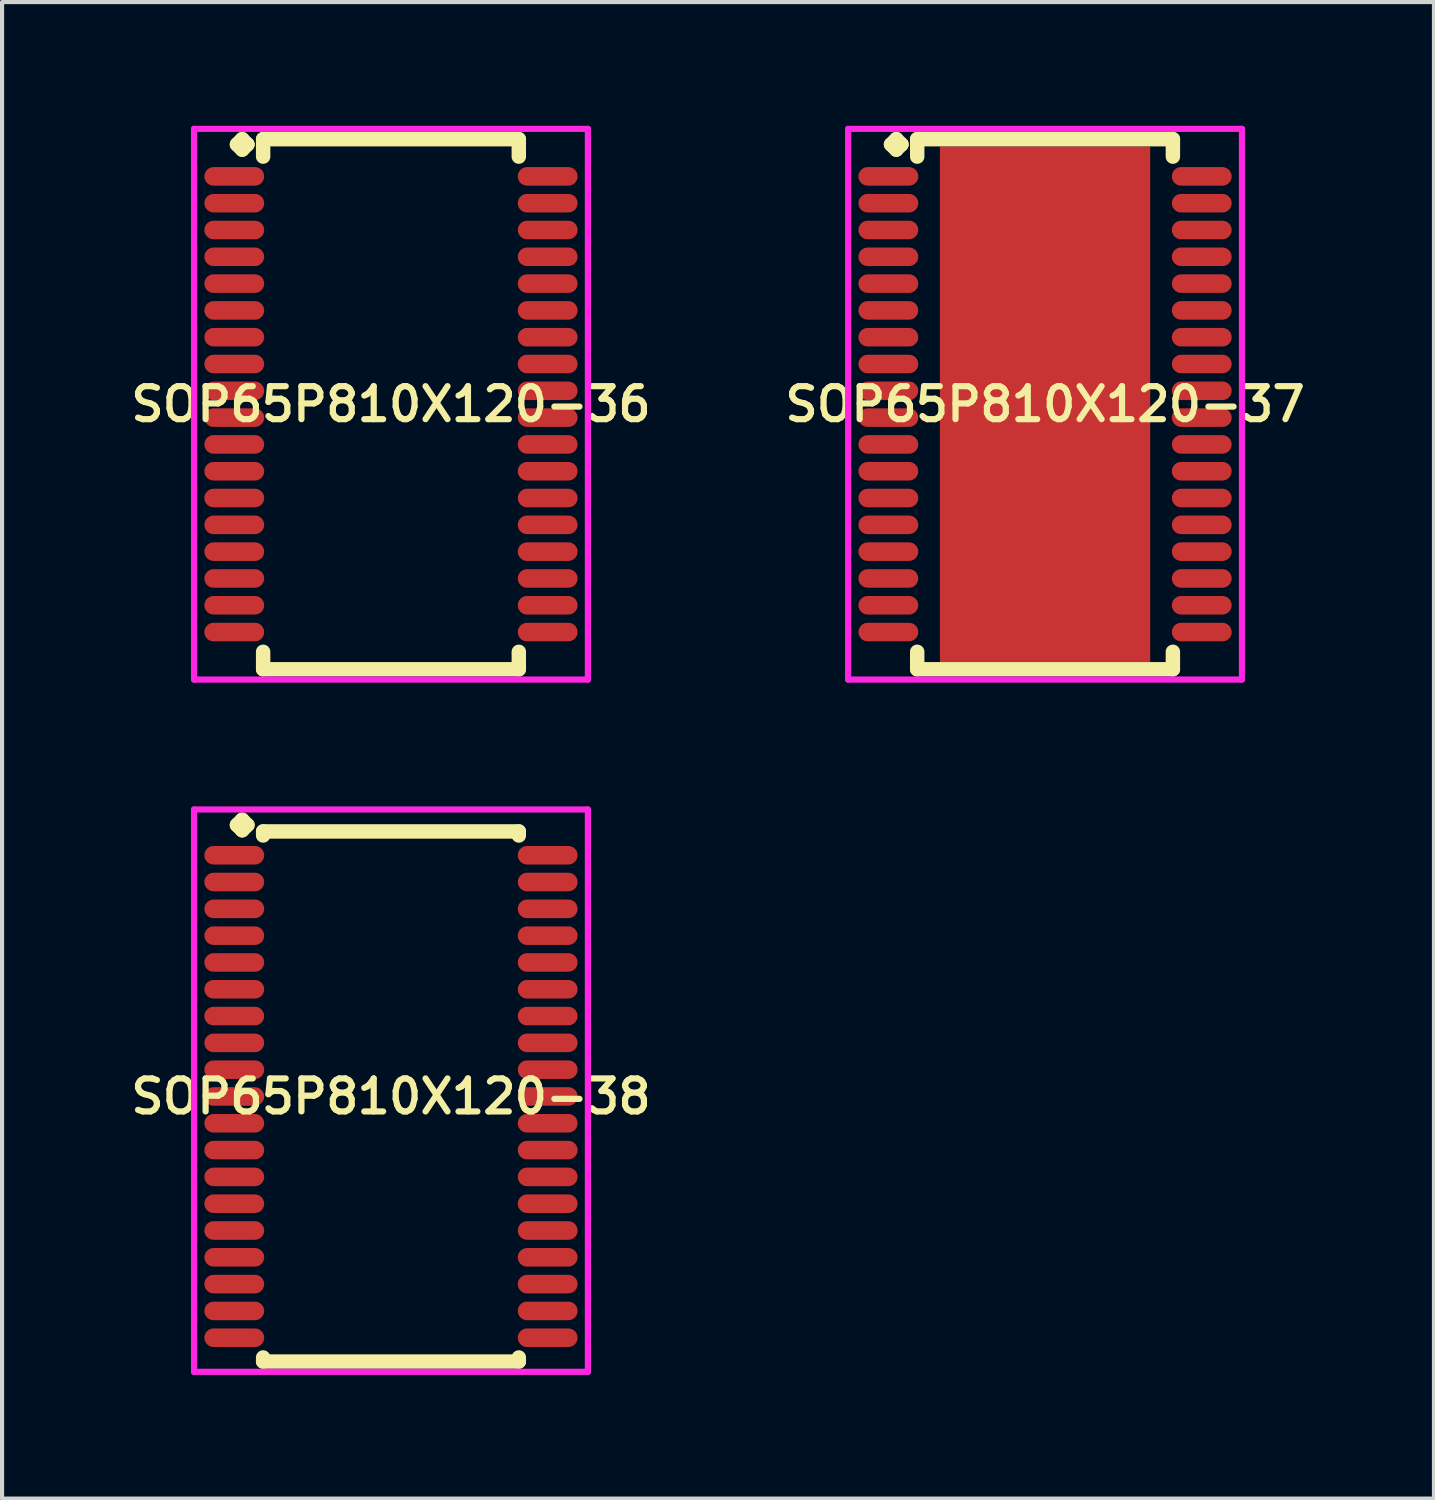
<source format=kicad_pcb>
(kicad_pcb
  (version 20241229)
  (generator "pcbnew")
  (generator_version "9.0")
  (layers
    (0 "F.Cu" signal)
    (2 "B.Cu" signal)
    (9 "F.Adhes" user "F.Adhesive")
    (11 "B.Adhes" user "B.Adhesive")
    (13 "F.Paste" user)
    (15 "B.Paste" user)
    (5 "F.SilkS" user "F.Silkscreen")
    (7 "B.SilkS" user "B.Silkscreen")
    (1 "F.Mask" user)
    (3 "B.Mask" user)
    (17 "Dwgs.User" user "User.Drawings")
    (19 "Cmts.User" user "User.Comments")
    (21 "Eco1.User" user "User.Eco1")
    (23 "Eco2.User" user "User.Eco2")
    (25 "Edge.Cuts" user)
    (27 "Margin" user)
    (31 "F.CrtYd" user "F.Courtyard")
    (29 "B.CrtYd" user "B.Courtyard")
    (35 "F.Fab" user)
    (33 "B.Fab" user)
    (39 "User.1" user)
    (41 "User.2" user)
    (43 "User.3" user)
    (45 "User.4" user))
  (footprint "SOP65P810X120-38"
    (layer "F.Cu")
    (at 6.431 23.539)
    (property "Reference" "SOP65P810X120-38" (at 0 0 0) (layer "F.SilkS") (effects (font (size 0.8 0.8) (thickness 0.15))))
    (attr smd)
    (fp_line (start -3.735 -6.583) (end -3.608 -6.71) (stroke (width 0.35) (type solid)) (layer "F.SilkS"))
    (fp_line (start -3.608 -6.71) (end -3.481 -6.583) (stroke (width 0.35) (type solid)) (layer "F.SilkS"))
    (fp_line (start -3.608 -6.456) (end -3.735 -6.583) (stroke (width 0.35) (type solid)) (layer "F.SilkS"))
    (fp_line (start -3.481 -6.583) (end -3.608 -6.456) (stroke (width 0.35) (type solid)) (layer "F.SilkS"))
    (fp_line (start -3.1 -6.427) (end 3.1 -6.427) (stroke (width 0.35) (type solid)) (layer "F.SilkS"))
    (fp_line (start -3.1 -6.329) (end -3.1 -6.427) (stroke (width 0.35) (type solid)) (layer "F.SilkS"))
    (fp_line (start -3.1 6.329) (end -3.1 6.427) (stroke (width 0.35) (type solid)) (layer "F.SilkS"))
    (fp_line (start -3.1 6.427) (end 3.1 6.427) (stroke (width 0.35) (type solid)) (layer "F.SilkS"))
    (fp_line (start 3.1 -6.427) (end 3.1 -6.329) (stroke (width 0.35) (type solid)) (layer "F.SilkS"))
    (fp_line (start 3.1 6.427) (end 3.1 6.329) (stroke (width 0.35) (type solid)) (layer "F.SilkS"))
    (fp_line (start -4.775 -6.96) (end 4.775 -6.96) (stroke (width 0.15) (type solid)) (layer "F.CrtYd"))
    (fp_line (start -4.775 6.677) (end -4.775 -6.96) (stroke (width 0.15) (type solid)) (layer "F.CrtYd"))
    (fp_line (start 4.775 -6.96) (end 4.775 6.677) (stroke (width 0.15) (type solid)) (layer "F.CrtYd"))
    (fp_line (start 4.775 6.677) (end -4.775 6.677) (stroke (width 0.15) (type solid)) (layer "F.CrtYd"))
    (pad "1" smd oval (at -3.8 -5.85) (size 1.45 0.45) (layers "F.Cu" "F.Mask" "F.Paste"))
    (pad "2" smd oval (at -3.8 -5.2) (size 1.45 0.45) (layers "F.Cu" "F.Mask" "F.Paste"))
    (pad "3" smd oval (at -3.8 -4.55) (size 1.45 0.45) (layers "F.Cu" "F.Mask" "F.Paste"))
    (pad "4" smd oval (at -3.8 -3.9) (size 1.45 0.45) (layers "F.Cu" "F.Mask" "F.Paste"))
    (pad "5" smd oval (at -3.8 -3.25) (size 1.45 0.45) (layers "F.Cu" "F.Mask" "F.Paste"))
    (pad "6" smd oval (at -3.8 -2.6) (size 1.45 0.45) (layers "F.Cu" "F.Mask" "F.Paste"))
    (pad "7" smd oval (at -3.8 -1.95) (size 1.45 0.45) (layers "F.Cu" "F.Mask" "F.Paste"))
    (pad "8" smd oval (at -3.8 -1.3) (size 1.45 0.45) (layers "F.Cu" "F.Mask" "F.Paste"))
    (pad "9" smd oval (at -3.8 -0.65) (size 1.45 0.45) (layers "F.Cu" "F.Mask" "F.Paste"))
    (pad "10" smd oval (at -3.8 0) (size 1.45 0.45) (layers "F.Cu" "F.Mask" "F.Paste"))
    (pad "11" smd oval (at -3.8 0.65) (size 1.45 0.45) (layers "F.Cu" "F.Mask" "F.Paste"))
    (pad "12" smd oval (at -3.8 1.3) (size 1.45 0.45) (layers "F.Cu" "F.Mask" "F.Paste"))
    (pad "13" smd oval (at -3.8 1.95) (size 1.45 0.45) (layers "F.Cu" "F.Mask" "F.Paste"))
    (pad "14" smd oval (at -3.8 2.6) (size 1.45 0.45) (layers "F.Cu" "F.Mask" "F.Paste"))
    (pad "15" smd oval (at -3.8 3.25) (size 1.45 0.45) (layers "F.Cu" "F.Mask" "F.Paste"))
    (pad "16" smd oval (at -3.8 3.9) (size 1.45 0.45) (layers "F.Cu" "F.Mask" "F.Paste"))
    (pad "17" smd oval (at -3.8 4.55) (size 1.45 0.45) (layers "F.Cu" "F.Mask" "F.Paste"))
    (pad "18" smd oval (at -3.8 5.2) (size 1.45 0.45) (layers "F.Cu" "F.Mask" "F.Paste"))
    (pad "19" smd oval (at -3.8 5.85) (size 1.45 0.45) (layers "F.Cu" "F.Mask" "F.Paste"))
    (pad "20" smd oval (at 3.8 5.85) (size 1.45 0.45) (layers "F.Cu" "F.Mask" "F.Paste"))
    (pad "21" smd oval (at 3.8 5.2) (size 1.45 0.45) (layers "F.Cu" "F.Mask" "F.Paste"))
    (pad "22" smd oval (at 3.8 4.55) (size 1.45 0.45) (layers "F.Cu" "F.Mask" "F.Paste"))
    (pad "23" smd oval (at 3.8 3.9) (size 1.45 0.45) (layers "F.Cu" "F.Mask" "F.Paste"))
    (pad "24" smd oval (at 3.8 3.25) (size 1.45 0.45) (layers "F.Cu" "F.Mask" "F.Paste"))
    (pad "25" smd oval (at 3.8 2.6) (size 1.45 0.45) (layers "F.Cu" "F.Mask" "F.Paste"))
    (pad "26" smd oval (at 3.8 1.95) (size 1.45 0.45) (layers "F.Cu" "F.Mask" "F.Paste"))
    (pad "27" smd oval (at 3.8 1.3) (size 1.45 0.45) (layers "F.Cu" "F.Mask" "F.Paste"))
    (pad "28" smd oval (at 3.8 0.65) (size 1.45 0.45) (layers "F.Cu" "F.Mask" "F.Paste"))
    (pad "29" smd oval (at 3.8 0) (size 1.45 0.45) (layers "F.Cu" "F.Mask" "F.Paste"))
    (pad "30" smd oval (at 3.8 -0.65) (size 1.45 0.45) (layers "F.Cu" "F.Mask" "F.Paste"))
    (pad "31" smd oval (at 3.8 -1.3) (size 1.45 0.45) (layers "F.Cu" "F.Mask" "F.Paste"))
    (pad "32" smd oval (at 3.8 -1.95) (size 1.45 0.45) (layers "F.Cu" "F.Mask" "F.Paste"))
    (pad "33" smd oval (at 3.8 -2.6) (size 1.45 0.45) (layers "F.Cu" "F.Mask" "F.Paste"))
    (pad "34" smd oval (at 3.8 -3.25) (size 1.45 0.45) (layers "F.Cu" "F.Mask" "F.Paste"))
    (pad "35" smd oval (at 3.8 -3.9) (size 1.45 0.45) (layers "F.Cu" "F.Mask" "F.Paste"))
    (pad "36" smd oval (at 3.8 -4.55) (size 1.45 0.45) (layers "F.Cu" "F.Mask" "F.Paste"))
    (pad "37" smd oval (at 3.8 -5.2) (size 1.45 0.45) (layers "F.Cu" "F.Mask" "F.Paste"))
    (pad "38" smd oval (at 3.8 -5.85) (size 1.45 0.45) (layers "F.Cu" "F.Mask" "F.Paste")))
  (footprint "SOP65P810X120-37"
    (layer "F.Cu")
    (at 22.292 6.752)
    (property "Reference" "SOP65P810X120-37" (at 0 0 0) (layer "F.SilkS") (effects (font (size 0.8 0.8) (thickness 0.15))))
    (attr smd)
    (fp_line (start -3.735 -6.3) (end -3.608 -6.427) (stroke (width 0.35) (type solid)) (layer "F.SilkS"))
    (fp_line (start -3.608 -6.427) (end -3.481 -6.3) (stroke (width 0.35) (type solid)) (layer "F.SilkS"))
    (fp_line (start -3.608 -6.173) (end -3.735 -6.3) (stroke (width 0.35) (type solid)) (layer "F.SilkS"))
    (fp_line (start -3.481 -6.3) (end -3.608 -6.173) (stroke (width 0.35) (type solid)) (layer "F.SilkS"))
    (fp_line (start -3.1 -6.427) (end 3.1 -6.427) (stroke (width 0.35) (type solid)) (layer "F.SilkS"))
    (fp_line (start -3.1 -6.004) (end -3.1 -6.427) (stroke (width 0.35) (type solid)) (layer "F.SilkS"))
    (fp_line (start -3.1 6.004) (end -3.1 6.427) (stroke (width 0.35) (type solid)) (layer "F.SilkS"))
    (fp_line (start -3.1 6.427) (end 3.1 6.427) (stroke (width 0.35) (type solid)) (layer "F.SilkS"))
    (fp_line (start 3.1 -6.427) (end 3.1 -6.004) (stroke (width 0.35) (type solid)) (layer "F.SilkS"))
    (fp_line (start 3.1 6.427) (end 3.1 6.004) (stroke (width 0.35) (type solid)) (layer "F.SilkS"))
    (fp_line (start -4.775 -6.677) (end 4.775 -6.677) (stroke (width 0.15) (type solid)) (layer "F.CrtYd"))
    (fp_line (start -4.775 6.677) (end -4.775 -6.677) (stroke (width 0.15) (type solid)) (layer "F.CrtYd"))
    (fp_line (start 4.775 -6.677) (end 4.775 6.677) (stroke (width 0.15) (type solid)) (layer "F.CrtYd"))
    (fp_line (start 4.775 6.677) (end -4.775 6.677) (stroke (width 0.15) (type solid)) (layer "F.CrtYd"))
    (pad "1" smd oval (at -3.8 -5.525) (size 1.45 0.45) (layers "F.Cu" "F.Mask" "F.Paste"))
    (pad "2" smd oval (at -3.8 -4.875) (size 1.45 0.45) (layers "F.Cu" "F.Mask" "F.Paste"))
    (pad "3" smd oval (at -3.8 -4.225) (size 1.45 0.45) (layers "F.Cu" "F.Mask" "F.Paste"))
    (pad "4" smd oval (at -3.8 -3.575) (size 1.45 0.45) (layers "F.Cu" "F.Mask" "F.Paste"))
    (pad "5" smd oval (at -3.8 -2.925) (size 1.45 0.45) (layers "F.Cu" "F.Mask" "F.Paste"))
    (pad "6" smd oval (at -3.8 -2.275) (size 1.45 0.45) (layers "F.Cu" "F.Mask" "F.Paste"))
    (pad "7" smd oval (at -3.8 -1.625) (size 1.45 0.45) (layers "F.Cu" "F.Mask" "F.Paste"))
    (pad "8" smd oval (at -3.8 -0.975) (size 1.45 0.45) (layers "F.Cu" "F.Mask" "F.Paste"))
    (pad "9" smd oval (at -3.8 -0.325) (size 1.45 0.45) (layers "F.Cu" "F.Mask" "F.Paste"))
    (pad "10" smd oval (at -3.8 0.325) (size 1.45 0.45) (layers "F.Cu" "F.Mask" "F.Paste"))
    (pad "11" smd oval (at -3.8 0.975) (size 1.45 0.45) (layers "F.Cu" "F.Mask" "F.Paste"))
    (pad "12" smd oval (at -3.8 1.625) (size 1.45 0.45) (layers "F.Cu" "F.Mask" "F.Paste"))
    (pad "13" smd oval (at -3.8 2.275) (size 1.45 0.45) (layers "F.Cu" "F.Mask" "F.Paste"))
    (pad "14" smd oval (at -3.8 2.925) (size 1.45 0.45) (layers "F.Cu" "F.Mask" "F.Paste"))
    (pad "15" smd oval (at -3.8 3.575) (size 1.45 0.45) (layers "F.Cu" "F.Mask" "F.Paste"))
    (pad "16" smd oval (at -3.8 4.225) (size 1.45 0.45) (layers "F.Cu" "F.Mask" "F.Paste"))
    (pad "17" smd oval (at -3.8 4.875) (size 1.45 0.45) (layers "F.Cu" "F.Mask" "F.Paste"))
    (pad "18" smd oval (at -3.8 5.525) (size 1.45 0.45) (layers "F.Cu" "F.Mask" "F.Paste"))
    (pad "19" smd oval (at 3.8 5.525) (size 1.45 0.45) (layers "F.Cu" "F.Mask" "F.Paste"))
    (pad "20" smd oval (at 3.8 4.875) (size 1.45 0.45) (layers "F.Cu" "F.Mask" "F.Paste"))
    (pad "21" smd oval (at 3.8 4.225) (size 1.45 0.45) (layers "F.Cu" "F.Mask" "F.Paste"))
    (pad "22" smd oval (at 3.8 3.575) (size 1.45 0.45) (layers "F.Cu" "F.Mask" "F.Paste"))
    (pad "23" smd oval (at 3.8 2.925) (size 1.45 0.45) (layers "F.Cu" "F.Mask" "F.Paste"))
    (pad "24" smd oval (at 3.8 2.275) (size 1.45 0.45) (layers "F.Cu" "F.Mask" "F.Paste"))
    (pad "25" smd oval (at 3.8 1.625) (size 1.45 0.45) (layers "F.Cu" "F.Mask" "F.Paste"))
    (pad "26" smd oval (at 3.8 0.975) (size 1.45 0.45) (layers "F.Cu" "F.Mask" "F.Paste"))
    (pad "27" smd oval (at 3.8 0.325) (size 1.45 0.45) (layers "F.Cu" "F.Mask" "F.Paste"))
    (pad "28" smd oval (at 3.8 -0.325) (size 1.45 0.45) (layers "F.Cu" "F.Mask" "F.Paste"))
    (pad "29" smd oval (at 3.8 -0.975) (size 1.45 0.45) (layers "F.Cu" "F.Mask" "F.Paste"))
    (pad "30" smd oval (at 3.8 -1.625) (size 1.45 0.45) (layers "F.Cu" "F.Mask" "F.Paste"))
    (pad "31" smd oval (at 3.8 -2.275) (size 1.45 0.45) (layers "F.Cu" "F.Mask" "F.Paste"))
    (pad "32" smd oval (at 3.8 -2.925) (size 1.45 0.45) (layers "F.Cu" "F.Mask" "F.Paste"))
    (pad "33" smd oval (at 3.8 -3.575) (size 1.45 0.45) (layers "F.Cu" "F.Mask" "F.Paste"))
    (pad "34" smd oval (at 3.8 -4.225) (size 1.45 0.45) (layers "F.Cu" "F.Mask" "F.Paste"))
    (pad "35" smd oval (at 3.8 -4.875) (size 1.45 0.45) (layers "F.Cu" "F.Mask" "F.Paste"))
    (pad "36" smd oval (at 3.8 -5.525) (size 1.45 0.45) (layers "F.Cu" "F.Mask" "F.Paste"))
    (pad "37" smd rect (at 0 0) (size 5.1 12.5) (layers "F.Cu" "F.Mask" "F.Paste")))
  (footprint "SOP65P810X120-36"
    (layer "F.Cu")
    (at 6.431 6.752)
    (property "Reference" "SOP65P810X120-36" (at 0 0 0) (layer "F.SilkS") (effects (font (size 0.8 0.8) (thickness 0.15))))
    (attr smd)
    (fp_line (start -3.735 -6.3) (end -3.608 -6.427) (stroke (width 0.35) (type solid)) (layer "F.SilkS"))
    (fp_line (start -3.608 -6.427) (end -3.481 -6.3) (stroke (width 0.35) (type solid)) (layer "F.SilkS"))
    (fp_line (start -3.608 -6.173) (end -3.735 -6.3) (stroke (width 0.35) (type solid)) (layer "F.SilkS"))
    (fp_line (start -3.481 -6.3) (end -3.608 -6.173) (stroke (width 0.35) (type solid)) (layer "F.SilkS"))
    (fp_line (start -3.1 -6.427) (end 3.1 -6.427) (stroke (width 0.35) (type solid)) (layer "F.SilkS"))
    (fp_line (start -3.1 -6.004) (end -3.1 -6.427) (stroke (width 0.35) (type solid)) (layer "F.SilkS"))
    (fp_line (start -3.1 6.004) (end -3.1 6.427) (stroke (width 0.35) (type solid)) (layer "F.SilkS"))
    (fp_line (start -3.1 6.427) (end 3.1 6.427) (stroke (width 0.35) (type solid)) (layer "F.SilkS"))
    (fp_line (start 3.1 -6.427) (end 3.1 -6.004) (stroke (width 0.35) (type solid)) (layer "F.SilkS"))
    (fp_line (start 3.1 6.427) (end 3.1 6.004) (stroke (width 0.35) (type solid)) (layer "F.SilkS"))
    (fp_line (start -4.775 -6.677) (end 4.775 -6.677) (stroke (width 0.15) (type solid)) (layer "F.CrtYd"))
    (fp_line (start -4.775 6.677) (end -4.775 -6.677) (stroke (width 0.15) (type solid)) (layer "F.CrtYd"))
    (fp_line (start 4.775 -6.677) (end 4.775 6.677) (stroke (width 0.15) (type solid)) (layer "F.CrtYd"))
    (fp_line (start 4.775 6.677) (end -4.775 6.677) (stroke (width 0.15) (type solid)) (layer "F.CrtYd"))
    (pad "1" smd oval (at -3.8 -5.525) (size 1.45 0.45) (layers "F.Cu" "F.Mask" "F.Paste"))
    (pad "2" smd oval (at -3.8 -4.875) (size 1.45 0.45) (layers "F.Cu" "F.Mask" "F.Paste"))
    (pad "3" smd oval (at -3.8 -4.225) (size 1.45 0.45) (layers "F.Cu" "F.Mask" "F.Paste"))
    (pad "4" smd oval (at -3.8 -3.575) (size 1.45 0.45) (layers "F.Cu" "F.Mask" "F.Paste"))
    (pad "5" smd oval (at -3.8 -2.925) (size 1.45 0.45) (layers "F.Cu" "F.Mask" "F.Paste"))
    (pad "6" smd oval (at -3.8 -2.275) (size 1.45 0.45) (layers "F.Cu" "F.Mask" "F.Paste"))
    (pad "7" smd oval (at -3.8 -1.625) (size 1.45 0.45) (layers "F.Cu" "F.Mask" "F.Paste"))
    (pad "8" smd oval (at -3.8 -0.975) (size 1.45 0.45) (layers "F.Cu" "F.Mask" "F.Paste"))
    (pad "9" smd oval (at -3.8 -0.325) (size 1.45 0.45) (layers "F.Cu" "F.Mask" "F.Paste"))
    (pad "10" smd oval (at -3.8 0.325) (size 1.45 0.45) (layers "F.Cu" "F.Mask" "F.Paste"))
    (pad "11" smd oval (at -3.8 0.975) (size 1.45 0.45) (layers "F.Cu" "F.Mask" "F.Paste"))
    (pad "12" smd oval (at -3.8 1.625) (size 1.45 0.45) (layers "F.Cu" "F.Mask" "F.Paste"))
    (pad "13" smd oval (at -3.8 2.275) (size 1.45 0.45) (layers "F.Cu" "F.Mask" "F.Paste"))
    (pad "14" smd oval (at -3.8 2.925) (size 1.45 0.45) (layers "F.Cu" "F.Mask" "F.Paste"))
    (pad "15" smd oval (at -3.8 3.575) (size 1.45 0.45) (layers "F.Cu" "F.Mask" "F.Paste"))
    (pad "16" smd oval (at -3.8 4.225) (size 1.45 0.45) (layers "F.Cu" "F.Mask" "F.Paste"))
    (pad "17" smd oval (at -3.8 4.875) (size 1.45 0.45) (layers "F.Cu" "F.Mask" "F.Paste"))
    (pad "18" smd oval (at -3.8 5.525) (size 1.45 0.45) (layers "F.Cu" "F.Mask" "F.Paste"))
    (pad "19" smd oval (at 3.8 5.525) (size 1.45 0.45) (layers "F.Cu" "F.Mask" "F.Paste"))
    (pad "20" smd oval (at 3.8 4.875) (size 1.45 0.45) (layers "F.Cu" "F.Mask" "F.Paste"))
    (pad "21" smd oval (at 3.8 4.225) (size 1.45 0.45) (layers "F.Cu" "F.Mask" "F.Paste"))
    (pad "22" smd oval (at 3.8 3.575) (size 1.45 0.45) (layers "F.Cu" "F.Mask" "F.Paste"))
    (pad "23" smd oval (at 3.8 2.925) (size 1.45 0.45) (layers "F.Cu" "F.Mask" "F.Paste"))
    (pad "24" smd oval (at 3.8 2.275) (size 1.45 0.45) (layers "F.Cu" "F.Mask" "F.Paste"))
    (pad "25" smd oval (at 3.8 1.625) (size 1.45 0.45) (layers "F.Cu" "F.Mask" "F.Paste"))
    (pad "26" smd oval (at 3.8 0.975) (size 1.45 0.45) (layers "F.Cu" "F.Mask" "F.Paste"))
    (pad "27" smd oval (at 3.8 0.325) (size 1.45 0.45) (layers "F.Cu" "F.Mask" "F.Paste"))
    (pad "28" smd oval (at 3.8 -0.325) (size 1.45 0.45) (layers "F.Cu" "F.Mask" "F.Paste"))
    (pad "29" smd oval (at 3.8 -0.975) (size 1.45 0.45) (layers "F.Cu" "F.Mask" "F.Paste"))
    (pad "30" smd oval (at 3.8 -1.625) (size 1.45 0.45) (layers "F.Cu" "F.Mask" "F.Paste"))
    (pad "31" smd oval (at 3.8 -2.275) (size 1.45 0.45) (layers "F.Cu" "F.Mask" "F.Paste"))
    (pad "32" smd oval (at 3.8 -2.925) (size 1.45 0.45) (layers "F.Cu" "F.Mask" "F.Paste"))
    (pad "33" smd oval (at 3.8 -3.575) (size 1.45 0.45) (layers "F.Cu" "F.Mask" "F.Paste"))
    (pad "34" smd oval (at 3.8 -4.225) (size 1.45 0.45) (layers "F.Cu" "F.Mask" "F.Paste"))
    (pad "35" smd oval (at 3.8 -4.875) (size 1.45 0.45) (layers "F.Cu" "F.Mask" "F.Paste"))
    (pad "36" smd oval (at 3.8 -5.525) (size 1.45 0.45) (layers "F.Cu" "F.Mask" "F.Paste")))
  (gr_rect
    (start -3 -3)
    (end 31.723 33.291)
    (stroke (width 0.1) (type default))
    (fill no)
    (layer "Edge.Cuts")))
</source>
